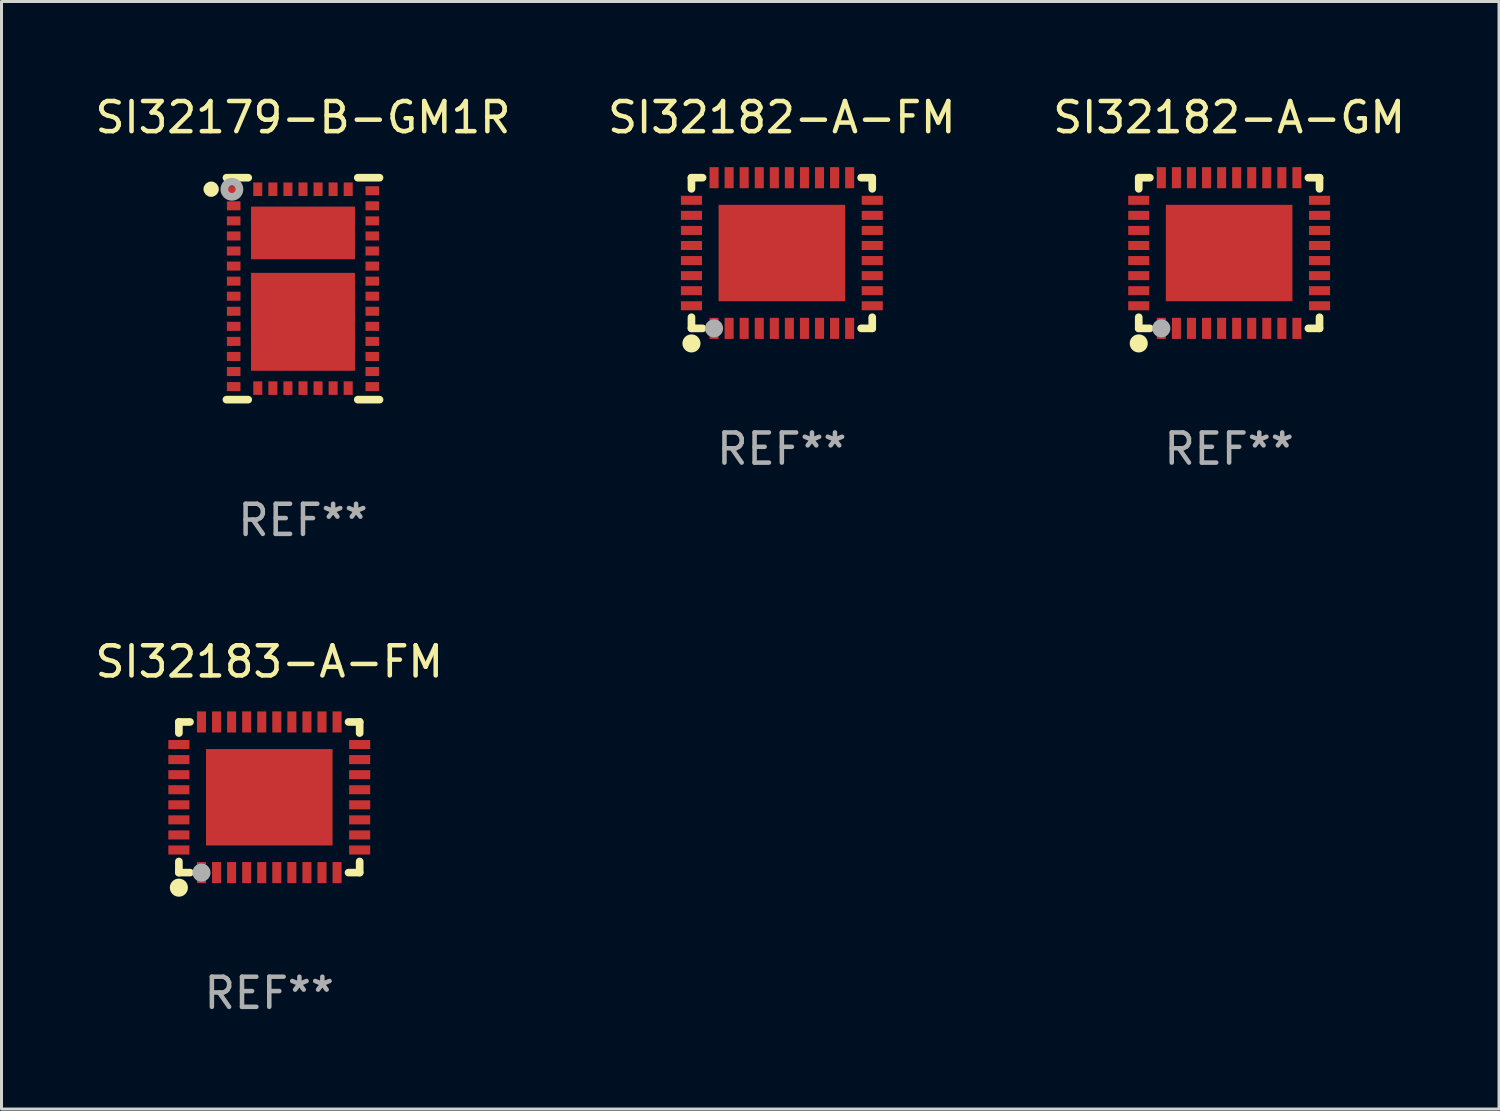
<source format=kicad_pcb>
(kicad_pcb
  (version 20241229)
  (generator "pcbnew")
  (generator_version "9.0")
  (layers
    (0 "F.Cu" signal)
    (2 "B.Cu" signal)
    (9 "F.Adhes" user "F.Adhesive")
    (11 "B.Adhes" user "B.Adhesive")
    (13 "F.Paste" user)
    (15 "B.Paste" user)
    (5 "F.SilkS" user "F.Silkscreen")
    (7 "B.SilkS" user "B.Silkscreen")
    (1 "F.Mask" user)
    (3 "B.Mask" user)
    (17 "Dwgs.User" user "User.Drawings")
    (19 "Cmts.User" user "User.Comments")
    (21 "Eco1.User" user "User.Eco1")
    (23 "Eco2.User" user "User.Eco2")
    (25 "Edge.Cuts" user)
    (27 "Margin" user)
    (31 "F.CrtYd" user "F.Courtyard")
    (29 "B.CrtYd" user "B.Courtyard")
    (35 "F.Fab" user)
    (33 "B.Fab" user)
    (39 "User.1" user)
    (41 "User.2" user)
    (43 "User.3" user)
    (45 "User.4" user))
  (footprint "SI32182-A-GM"
    (layer "F.Cu")
    (at 37.744 5.348)
    (property "Reference" "SI32182-A-GM" (at 0 -4.5 0) (layer "F.SilkS") (effects (font (size 1 1) (thickness 0.15))))
    (attr through_hole)
    (fp_line (start -3 -2.5) (end -3 -2.131) (stroke (width 0.254) (type solid)) (layer "F.SilkS"))
    (fp_line (start -3 -2.5) (end -2.631 -2.5) (stroke (width 0.254) (type solid)) (layer "F.SilkS"))
    (fp_line (start -3 2.131) (end -3 2.5) (stroke (width 0.254) (type solid)) (layer "F.SilkS"))
    (fp_line (start -3 2.5) (end -2.631 2.5) (stroke (width 0.254) (type solid)) (layer "F.SilkS"))
    (fp_line (start 2.631 -2.5) (end 3 -2.5) (stroke (width 0.254) (type solid)) (layer "F.SilkS"))
    (fp_line (start 2.631 2.5) (end 3 2.5) (stroke (width 0.254) (type solid)) (layer "F.SilkS"))
    (fp_line (start 3 -2.131) (end 3 -2.5) (stroke (width 0.254) (type solid)) (layer "F.SilkS"))
    (fp_line (start 3 2.5) (end 3 2.131) (stroke (width 0.254) (type solid)) (layer "F.SilkS"))
    (fp_circle (center -3 2.5) (end -2.97 2.5) (stroke (width 0.06) (type solid)) (fill no) (layer "F.SilkS"))
    (fp_circle (center -3 3) (end -2.85 3) (stroke (width 0.3) (type solid)) (fill no) (layer "F.SilkS"))
    (fp_circle (center -2.25 2.5) (end -2.1 2.5) (stroke (width 0.3) (type solid)) (fill no) (layer "F.Fab"))
    (fp_text user "REF**" (at 0 6.5 0) (layer "F.Fab") (effects (font (size 1 1) (thickness 0.15))))
    (pad "1" smd rect (at -2.25 2.5 180) (size 0.3 0.7) (layers "F.Cu" "F.Mask" "F.Paste"))
    (pad "2" smd rect (at -1.75 2.5 180) (size 0.3 0.7) (layers "F.Cu" "F.Mask" "F.Paste"))
    (pad "3" smd rect (at -1.25 2.5 180) (size 0.3 0.7) (layers "F.Cu" "F.Mask" "F.Paste"))
    (pad "4" smd rect (at -0.75 2.5 180) (size 0.3 0.7) (layers "F.Cu" "F.Mask" "F.Paste"))
    (pad "5" smd rect (at -0.25 2.5 180) (size 0.3 0.7) (layers "F.Cu" "F.Mask" "F.Paste"))
    (pad "6" smd rect (at 0.25 2.5 180) (size 0.3 0.7) (layers "F.Cu" "F.Mask" "F.Paste"))
    (pad "7" smd rect (at 0.75 2.5 180) (size 0.3 0.7) (layers "F.Cu" "F.Mask" "F.Paste"))
    (pad "8" smd rect (at 1.25 2.5 180) (size 0.3 0.7) (layers "F.Cu" "F.Mask" "F.Paste"))
    (pad "9" smd rect (at 1.75 2.5 180) (size 0.3 0.7) (layers "F.Cu" "F.Mask" "F.Paste"))
    (pad "10" smd rect (at 2.25 2.5 180) (size 0.3 0.7) (layers "F.Cu" "F.Mask" "F.Paste"))
    (pad "11" smd rect (at 3 1.75 270) (size 0.3 0.7) (layers "F.Cu" "F.Mask" "F.Paste"))
    (pad "12" smd rect (at 3 1.25 270) (size 0.3 0.7) (layers "F.Cu" "F.Mask" "F.Paste"))
    (pad "13" smd rect (at 3 0.75 270) (size 0.3 0.7) (layers "F.Cu" "F.Mask" "F.Paste"))
    (pad "14" smd rect (at 3 0.25 270) (size 0.3 0.7) (layers "F.Cu" "F.Mask" "F.Paste"))
    (pad "15" smd rect (at 3 -0.25 270) (size 0.3 0.7) (layers "F.Cu" "F.Mask" "F.Paste"))
    (pad "16" smd rect (at 3 -0.75 270) (size 0.3 0.7) (layers "F.Cu" "F.Mask" "F.Paste"))
    (pad "17" smd rect (at 3 -1.25 270) (size 0.3 0.7) (layers "F.Cu" "F.Mask" "F.Paste"))
    (pad "18" smd rect (at 3 -1.75 270) (size 0.3 0.7) (layers "F.Cu" "F.Mask" "F.Paste"))
    (pad "19" smd rect (at 2.25 -2.5) (size 0.3 0.7) (layers "F.Cu" "F.Mask" "F.Paste"))
    (pad "20" smd rect (at 1.75 -2.5) (size 0.3 0.7) (layers "F.Cu" "F.Mask" "F.Paste"))
    (pad "21" smd rect (at 1.25 -2.5) (size 0.3 0.7) (layers "F.Cu" "F.Mask" "F.Paste"))
    (pad "22" smd rect (at 0.75 -2.5) (size 0.3 0.7) (layers "F.Cu" "F.Mask" "F.Paste"))
    (pad "23" smd rect (at 0.25 -2.5) (size 0.3 0.7) (layers "F.Cu" "F.Mask" "F.Paste"))
    (pad "24" smd rect (at -0.25 -2.5) (size 0.3 0.7) (layers "F.Cu" "F.Mask" "F.Paste"))
    (pad "25" smd rect (at -0.75 -2.5) (size 0.3 0.7) (layers "F.Cu" "F.Mask" "F.Paste"))
    (pad "26" smd rect (at -1.25 -2.5) (size 0.3 0.7) (layers "F.Cu" "F.Mask" "F.Paste"))
    (pad "27" smd rect (at -1.75 -2.5) (size 0.3 0.7) (layers "F.Cu" "F.Mask" "F.Paste"))
    (pad "28" smd rect (at -2.25 -2.5) (size 0.3 0.7) (layers "F.Cu" "F.Mask" "F.Paste"))
    (pad "29" smd rect (at -3 -1.75 90) (size 0.3 0.7) (layers "F.Cu" "F.Mask" "F.Paste"))
    (pad "30" smd rect (at -3 -1.25 90) (size 0.3 0.7) (layers "F.Cu" "F.Mask" "F.Paste"))
    (pad "31" smd rect (at -3 -0.75 90) (size 0.3 0.7) (layers "F.Cu" "F.Mask" "F.Paste"))
    (pad "32" smd rect (at -3 -0.25 90) (size 0.3 0.7) (layers "F.Cu" "F.Mask" "F.Paste"))
    (pad "33" smd rect (at -3 0.25 90) (size 0.3 0.7) (layers "F.Cu" "F.Mask" "F.Paste"))
    (pad "34" smd rect (at -3 0.75 90) (size 0.3 0.7) (layers "F.Cu" "F.Mask" "F.Paste"))
    (pad "35" smd rect (at -3 1.25 90) (size 0.3 0.7) (layers "F.Cu" "F.Mask" "F.Paste"))
    (pad "36" smd rect (at -3 1.75 90) (size 0.3 0.7) (layers "F.Cu" "F.Mask" "F.Paste"))
    (pad "37" smd rect (at 0.000038 0.000089 90) (size 3.2 4.2) (layers "F.Cu" "F.Mask" "F.Paste")))
  (footprint "SI32183-A-FM"
    (layer "F.Cu")
    (at 5.887 23.411)
    (property "Reference" "SI32183-A-FM" (at 0 -4.5 0) (layer "F.SilkS") (effects (font (size 1 1) (thickness 0.15))))
    (attr through_hole)
    (fp_line (start -3 -2.5) (end -3 -2.131) (stroke (width 0.254) (type solid)) (layer "F.SilkS"))
    (fp_line (start -3 -2.5) (end -2.631 -2.5) (stroke (width 0.254) (type solid)) (layer "F.SilkS"))
    (fp_line (start -3 2.131) (end -3 2.5) (stroke (width 0.254) (type solid)) (layer "F.SilkS"))
    (fp_line (start -3 2.5) (end -2.631 2.5) (stroke (width 0.254) (type solid)) (layer "F.SilkS"))
    (fp_line (start 2.631 -2.5) (end 3 -2.5) (stroke (width 0.254) (type solid)) (layer "F.SilkS"))
    (fp_line (start 2.631 2.5) (end 3 2.5) (stroke (width 0.254) (type solid)) (layer "F.SilkS"))
    (fp_line (start 3 -2.131) (end 3 -2.5) (stroke (width 0.254) (type solid)) (layer "F.SilkS"))
    (fp_line (start 3 2.5) (end 3 2.131) (stroke (width 0.254) (type solid)) (layer "F.SilkS"))
    (fp_circle (center -3 2.5) (end -2.97 2.5) (stroke (width 0.06) (type solid)) (fill no) (layer "F.SilkS"))
    (fp_circle (center -3 3) (end -2.85 3) (stroke (width 0.3) (type solid)) (fill no) (layer "F.SilkS"))
    (fp_circle (center -2.25 2.5) (end -2.1 2.5) (stroke (width 0.3) (type solid)) (fill no) (layer "F.Fab"))
    (fp_text user "REF**" (at 0 6.5 0) (layer "F.Fab") (effects (font (size 1 1) (thickness 0.15))))
    (pad "1" smd rect (at -2.25 2.5 180) (size 0.3 0.7) (layers "F.Cu" "F.Mask" "F.Paste"))
    (pad "2" smd rect (at -1.75 2.5 180) (size 0.3 0.7) (layers "F.Cu" "F.Mask" "F.Paste"))
    (pad "3" smd rect (at -1.25 2.5 180) (size 0.3 0.7) (layers "F.Cu" "F.Mask" "F.Paste"))
    (pad "4" smd rect (at -0.75 2.5 180) (size 0.3 0.7) (layers "F.Cu" "F.Mask" "F.Paste"))
    (pad "5" smd rect (at -0.25 2.5 180) (size 0.3 0.7) (layers "F.Cu" "F.Mask" "F.Paste"))
    (pad "6" smd rect (at 0.25 2.5 180) (size 0.3 0.7) (layers "F.Cu" "F.Mask" "F.Paste"))
    (pad "7" smd rect (at 0.75 2.5 180) (size 0.3 0.7) (layers "F.Cu" "F.Mask" "F.Paste"))
    (pad "8" smd rect (at 1.25 2.5 180) (size 0.3 0.7) (layers "F.Cu" "F.Mask" "F.Paste"))
    (pad "9" smd rect (at 1.75 2.5 180) (size 0.3 0.7) (layers "F.Cu" "F.Mask" "F.Paste"))
    (pad "10" smd rect (at 2.25 2.5 180) (size 0.3 0.7) (layers "F.Cu" "F.Mask" "F.Paste"))
    (pad "11" smd rect (at 3 1.75 270) (size 0.3 0.7) (layers "F.Cu" "F.Mask" "F.Paste"))
    (pad "12" smd rect (at 3 1.25 270) (size 0.3 0.7) (layers "F.Cu" "F.Mask" "F.Paste"))
    (pad "13" smd rect (at 3 0.75 270) (size 0.3 0.7) (layers "F.Cu" "F.Mask" "F.Paste"))
    (pad "14" smd rect (at 3 0.25 270) (size 0.3 0.7) (layers "F.Cu" "F.Mask" "F.Paste"))
    (pad "15" smd rect (at 3 -0.25 270) (size 0.3 0.7) (layers "F.Cu" "F.Mask" "F.Paste"))
    (pad "16" smd rect (at 3 -0.75 270) (size 0.3 0.7) (layers "F.Cu" "F.Mask" "F.Paste"))
    (pad "17" smd rect (at 3 -1.25 270) (size 0.3 0.7) (layers "F.Cu" "F.Mask" "F.Paste"))
    (pad "18" smd rect (at 3 -1.75 270) (size 0.3 0.7) (layers "F.Cu" "F.Mask" "F.Paste"))
    (pad "19" smd rect (at 2.25 -2.5) (size 0.3 0.7) (layers "F.Cu" "F.Mask" "F.Paste"))
    (pad "20" smd rect (at 1.75 -2.5) (size 0.3 0.7) (layers "F.Cu" "F.Mask" "F.Paste"))
    (pad "21" smd rect (at 1.25 -2.5) (size 0.3 0.7) (layers "F.Cu" "F.Mask" "F.Paste"))
    (pad "22" smd rect (at 0.75 -2.5) (size 0.3 0.7) (layers "F.Cu" "F.Mask" "F.Paste"))
    (pad "23" smd rect (at 0.25 -2.5) (size 0.3 0.7) (layers "F.Cu" "F.Mask" "F.Paste"))
    (pad "24" smd rect (at -0.25 -2.5) (size 0.3 0.7) (layers "F.Cu" "F.Mask" "F.Paste"))
    (pad "25" smd rect (at -0.75 -2.5) (size 0.3 0.7) (layers "F.Cu" "F.Mask" "F.Paste"))
    (pad "26" smd rect (at -1.25 -2.5) (size 0.3 0.7) (layers "F.Cu" "F.Mask" "F.Paste"))
    (pad "27" smd rect (at -1.75 -2.5) (size 0.3 0.7) (layers "F.Cu" "F.Mask" "F.Paste"))
    (pad "28" smd rect (at -2.25 -2.5) (size 0.3 0.7) (layers "F.Cu" "F.Mask" "F.Paste"))
    (pad "29" smd rect (at -3 -1.75 90) (size 0.3 0.7) (layers "F.Cu" "F.Mask" "F.Paste"))
    (pad "30" smd rect (at -3 -1.25 90) (size 0.3 0.7) (layers "F.Cu" "F.Mask" "F.Paste"))
    (pad "31" smd rect (at -3 -0.75 90) (size 0.3 0.7) (layers "F.Cu" "F.Mask" "F.Paste"))
    (pad "32" smd rect (at -3 -0.25 90) (size 0.3 0.7) (layers "F.Cu" "F.Mask" "F.Paste"))
    (pad "33" smd rect (at -3 0.25 90) (size 0.3 0.7) (layers "F.Cu" "F.Mask" "F.Paste"))
    (pad "34" smd rect (at -3 0.75 90) (size 0.3 0.7) (layers "F.Cu" "F.Mask" "F.Paste"))
    (pad "35" smd rect (at -3 1.25 90) (size 0.3 0.7) (layers "F.Cu" "F.Mask" "F.Paste"))
    (pad "36" smd rect (at -3 1.75 90) (size 0.3 0.7) (layers "F.Cu" "F.Mask" "F.Paste"))
    (pad "37" smd rect (at 0.000038 0.000089 90) (size 3.2 4.2) (layers "F.Cu" "F.Mask" "F.Paste")))
  (footprint "SI32182-A-FM"
    (layer "F.Cu")
    (at 22.899 5.348)
    (property "Reference" "SI32182-A-FM" (at 0 -4.5 0) (layer "F.SilkS") (effects (font (size 1 1) (thickness 0.15))))
    (attr through_hole)
    (fp_line (start -3 -2.5) (end -3 -2.131) (stroke (width 0.254) (type solid)) (layer "F.SilkS"))
    (fp_line (start -3 -2.5) (end -2.631 -2.5) (stroke (width 0.254) (type solid)) (layer "F.SilkS"))
    (fp_line (start -3 2.131) (end -3 2.5) (stroke (width 0.254) (type solid)) (layer "F.SilkS"))
    (fp_line (start -3 2.5) (end -2.631 2.5) (stroke (width 0.254) (type solid)) (layer "F.SilkS"))
    (fp_line (start 2.631 -2.5) (end 3 -2.5) (stroke (width 0.254) (type solid)) (layer "F.SilkS"))
    (fp_line (start 2.631 2.5) (end 3 2.5) (stroke (width 0.254) (type solid)) (layer "F.SilkS"))
    (fp_line (start 3 -2.131) (end 3 -2.5) (stroke (width 0.254) (type solid)) (layer "F.SilkS"))
    (fp_line (start 3 2.5) (end 3 2.131) (stroke (width 0.254) (type solid)) (layer "F.SilkS"))
    (fp_circle (center -3 2.5) (end -2.97 2.5) (stroke (width 0.06) (type solid)) (fill no) (layer "F.SilkS"))
    (fp_circle (center -3 3) (end -2.85 3) (stroke (width 0.3) (type solid)) (fill no) (layer "F.SilkS"))
    (fp_circle (center -2.25 2.5) (end -2.1 2.5) (stroke (width 0.3) (type solid)) (fill no) (layer "F.Fab"))
    (fp_text user "REF**" (at 0 6.5 0) (layer "F.Fab") (effects (font (size 1 1) (thickness 0.15))))
    (pad "1" smd rect (at -2.25 2.5 180) (size 0.3 0.7) (layers "F.Cu" "F.Mask" "F.Paste"))
    (pad "2" smd rect (at -1.75 2.5 180) (size 0.3 0.7) (layers "F.Cu" "F.Mask" "F.Paste"))
    (pad "3" smd rect (at -1.25 2.5 180) (size 0.3 0.7) (layers "F.Cu" "F.Mask" "F.Paste"))
    (pad "4" smd rect (at -0.75 2.5 180) (size 0.3 0.7) (layers "F.Cu" "F.Mask" "F.Paste"))
    (pad "5" smd rect (at -0.25 2.5 180) (size 0.3 0.7) (layers "F.Cu" "F.Mask" "F.Paste"))
    (pad "6" smd rect (at 0.25 2.5 180) (size 0.3 0.7) (layers "F.Cu" "F.Mask" "F.Paste"))
    (pad "7" smd rect (at 0.75 2.5 180) (size 0.3 0.7) (layers "F.Cu" "F.Mask" "F.Paste"))
    (pad "8" smd rect (at 1.25 2.5 180) (size 0.3 0.7) (layers "F.Cu" "F.Mask" "F.Paste"))
    (pad "9" smd rect (at 1.75 2.5 180) (size 0.3 0.7) (layers "F.Cu" "F.Mask" "F.Paste"))
    (pad "10" smd rect (at 2.25 2.5 180) (size 0.3 0.7) (layers "F.Cu" "F.Mask" "F.Paste"))
    (pad "11" smd rect (at 3 1.75 270) (size 0.3 0.7) (layers "F.Cu" "F.Mask" "F.Paste"))
    (pad "12" smd rect (at 3 1.25 270) (size 0.3 0.7) (layers "F.Cu" "F.Mask" "F.Paste"))
    (pad "13" smd rect (at 3 0.75 270) (size 0.3 0.7) (layers "F.Cu" "F.Mask" "F.Paste"))
    (pad "14" smd rect (at 3 0.25 270) (size 0.3 0.7) (layers "F.Cu" "F.Mask" "F.Paste"))
    (pad "15" smd rect (at 3 -0.25 270) (size 0.3 0.7) (layers "F.Cu" "F.Mask" "F.Paste"))
    (pad "16" smd rect (at 3 -0.75 270) (size 0.3 0.7) (layers "F.Cu" "F.Mask" "F.Paste"))
    (pad "17" smd rect (at 3 -1.25 270) (size 0.3 0.7) (layers "F.Cu" "F.Mask" "F.Paste"))
    (pad "18" smd rect (at 3 -1.75 270) (size 0.3 0.7) (layers "F.Cu" "F.Mask" "F.Paste"))
    (pad "19" smd rect (at 2.25 -2.5) (size 0.3 0.7) (layers "F.Cu" "F.Mask" "F.Paste"))
    (pad "20" smd rect (at 1.75 -2.5) (size 0.3 0.7) (layers "F.Cu" "F.Mask" "F.Paste"))
    (pad "21" smd rect (at 1.25 -2.5) (size 0.3 0.7) (layers "F.Cu" "F.Mask" "F.Paste"))
    (pad "22" smd rect (at 0.75 -2.5) (size 0.3 0.7) (layers "F.Cu" "F.Mask" "F.Paste"))
    (pad "23" smd rect (at 0.25 -2.5) (size 0.3 0.7) (layers "F.Cu" "F.Mask" "F.Paste"))
    (pad "24" smd rect (at -0.25 -2.5) (size 0.3 0.7) (layers "F.Cu" "F.Mask" "F.Paste"))
    (pad "25" smd rect (at -0.75 -2.5) (size 0.3 0.7) (layers "F.Cu" "F.Mask" "F.Paste"))
    (pad "26" smd rect (at -1.25 -2.5) (size 0.3 0.7) (layers "F.Cu" "F.Mask" "F.Paste"))
    (pad "27" smd rect (at -1.75 -2.5) (size 0.3 0.7) (layers "F.Cu" "F.Mask" "F.Paste"))
    (pad "28" smd rect (at -2.25 -2.5) (size 0.3 0.7) (layers "F.Cu" "F.Mask" "F.Paste"))
    (pad "29" smd rect (at -3 -1.75 90) (size 0.3 0.7) (layers "F.Cu" "F.Mask" "F.Paste"))
    (pad "30" smd rect (at -3 -1.25 90) (size 0.3 0.7) (layers "F.Cu" "F.Mask" "F.Paste"))
    (pad "31" smd rect (at -3 -0.75 90) (size 0.3 0.7) (layers "F.Cu" "F.Mask" "F.Paste"))
    (pad "32" smd rect (at -3 -0.25 90) (size 0.3 0.7) (layers "F.Cu" "F.Mask" "F.Paste"))
    (pad "33" smd rect (at -3 0.25 90) (size 0.3 0.7) (layers "F.Cu" "F.Mask" "F.Paste"))
    (pad "34" smd rect (at -3 0.75 90) (size 0.3 0.7) (layers "F.Cu" "F.Mask" "F.Paste"))
    (pad "35" smd rect (at -3 1.25 90) (size 0.3 0.7) (layers "F.Cu" "F.Mask" "F.Paste"))
    (pad "36" smd rect (at -3 1.75 90) (size 0.3 0.7) (layers "F.Cu" "F.Mask" "F.Paste"))
    (pad "37" smd rect (at 0.000038 0.000089 90) (size 3.2 4.2) (layers "F.Cu" "F.Mask" "F.Paste")))
  (footprint "SI32179-B-GM1R"
    (layer "F.Cu")
    (at 7.006 6.531)
    (property "Reference" "SI32179-B-GM1R" (at 0 -5.683 0) (layer "F.SilkS") (effects (font (size 1 1) (thickness 0.15))))
    (attr through_hole)
    (fp_line (start -1.818 -3.683) (end -2.54 -3.683) (stroke (width 0.254) (type solid)) (layer "F.SilkS"))
    (fp_line (start -1.818 3.683) (end -2.54 3.683) (stroke (width 0.254) (type solid)) (layer "F.SilkS"))
    (fp_line (start 1.818 -3.683) (end 2.54 -3.683) (stroke (width 0.254) (type solid)) (layer "F.SilkS"))
    (fp_line (start 1.818 3.683) (end 2.54 3.683) (stroke (width 0.254) (type solid)) (layer "F.SilkS"))
    (fp_circle (center -3.048 -3.302) (end -2.921 -3.302) (stroke (width 0.254) (type solid)) (fill no) (layer "F.SilkS"))
    (fp_circle (center -2.5 -3.5) (end -2.47 -3.5) (stroke (width 0.06) (type solid)) (fill no) (layer "F.SilkS"))
    (fp_circle (center -2.359 -3.299) (end -2.234 -3.299) (stroke (width 0.254) (type solid)) (fill no) (layer "F.Fab"))
    (fp_text user "REF**" (at 0 7.683 0) (layer "F.Fab") (effects (font (size 1 1) (thickness 0.15))))
    (pad "1" smd rect (at -2.3 -3.25) (size 0.45 0.3) (layers "F.Cu" "F.Mask" "F.Paste"))
    (pad "2" smd rect (at -2.3 -2.75) (size 0.45 0.3) (layers "F.Cu" "F.Mask" "F.Paste"))
    (pad "3" smd rect (at -2.3 -2.25) (size 0.45 0.3) (layers "F.Cu" "F.Mask" "F.Paste"))
    (pad "4" smd rect (at -2.3 -1.75) (size 0.45 0.3) (layers "F.Cu" "F.Mask" "F.Paste"))
    (pad "5" smd rect (at -2.3 -1.25) (size 0.45 0.3) (layers "F.Cu" "F.Mask" "F.Paste"))
    (pad "6" smd rect (at -2.3 -0.75) (size 0.45 0.3) (layers "F.Cu" "F.Mask" "F.Paste"))
    (pad "7" smd rect (at -2.3 -0.25) (size 0.45 0.3) (layers "F.Cu" "F.Mask" "F.Paste"))
    (pad "8" smd rect (at -2.3 0.25) (size 0.45 0.3) (layers "F.Cu" "F.Mask" "F.Paste"))
    (pad "9" smd rect (at -2.3 0.75) (size 0.45 0.3) (layers "F.Cu" "F.Mask" "F.Paste"))
    (pad "10" smd rect (at -2.3 1.25) (size 0.45 0.3) (layers "F.Cu" "F.Mask" "F.Paste"))
    (pad "11" smd rect (at -2.3 1.75) (size 0.45 0.3) (layers "F.Cu" "F.Mask" "F.Paste"))
    (pad "12" smd rect (at -2.3 2.25) (size 0.45 0.3) (layers "F.Cu" "F.Mask" "F.Paste"))
    (pad "13" smd rect (at -2.3 2.75) (size 0.45 0.3) (layers "F.Cu" "F.Mask" "F.Paste"))
    (pad "14" smd rect (at -2.3 3.25) (size 0.45 0.3) (layers "F.Cu" "F.Mask" "F.Paste"))
    (pad "15" smd rect (at -1.5 3.3 90) (size 0.45 0.3) (layers "F.Cu" "F.Mask" "F.Paste"))
    (pad "16" smd rect (at -1 3.3 90) (size 0.45 0.3) (layers "F.Cu" "F.Mask" "F.Paste"))
    (pad "17" smd rect (at -0.5 3.3 90) (size 0.45 0.3) (layers "F.Cu" "F.Mask" "F.Paste"))
    (pad "18" smd rect (at 0 3.3 90) (size 0.45 0.3) (layers "F.Cu" "F.Mask" "F.Paste"))
    (pad "19" smd rect (at 0.5 3.3 90) (size 0.45 0.3) (layers "F.Cu" "F.Mask" "F.Paste"))
    (pad "20" smd rect (at 1 3.3 90) (size 0.45 0.3) (layers "F.Cu" "F.Mask" "F.Paste"))
    (pad "21" smd rect (at 1.5 3.3 90) (size 0.45 0.3) (layers "F.Cu" "F.Mask" "F.Paste"))
    (pad "22" smd rect (at 2.3 3.25 180) (size 0.45 0.3) (layers "F.Cu" "F.Mask" "F.Paste"))
    (pad "23" smd rect (at 2.3 2.75 180) (size 0.45 0.3) (layers "F.Cu" "F.Mask" "F.Paste"))
    (pad "24" smd rect (at 2.3 2.25 180) (size 0.45 0.3) (layers "F.Cu" "F.Mask" "F.Paste"))
    (pad "25" smd rect (at 2.3 1.75 180) (size 0.45 0.3) (layers "F.Cu" "F.Mask" "F.Paste"))
    (pad "26" smd rect (at 2.3 1.25 180) (size 0.45 0.3) (layers "F.Cu" "F.Mask" "F.Paste"))
    (pad "27" smd rect (at 2.3 0.75 180) (size 0.45 0.3) (layers "F.Cu" "F.Mask" "F.Paste"))
    (pad "28" smd rect (at 2.3 0.25 180) (size 0.45 0.3) (layers "F.Cu" "F.Mask" "F.Paste"))
    (pad "29" smd rect (at 2.3 -0.25 180) (size 0.45 0.3) (layers "F.Cu" "F.Mask" "F.Paste"))
    (pad "30" smd rect (at 2.3 -0.75 180) (size 0.45 0.3) (layers "F.Cu" "F.Mask" "F.Paste"))
    (pad "31" smd rect (at 2.3 -1.25 180) (size 0.45 0.3) (layers "F.Cu" "F.Mask" "F.Paste"))
    (pad "32" smd rect (at 2.3 -1.75 180) (size 0.45 0.3) (layers "F.Cu" "F.Mask" "F.Paste"))
    (pad "33" smd rect (at 2.3 -2.25 180) (size 0.45 0.3) (layers "F.Cu" "F.Mask" "F.Paste"))
    (pad "34" smd rect (at 2.3 -2.75 180) (size 0.45 0.3) (layers "F.Cu" "F.Mask" "F.Paste"))
    (pad "35" smd rect (at 2.3 -3.25 180) (size 0.45 0.3) (layers "F.Cu" "F.Mask" "F.Paste"))
    (pad "36" smd rect (at 1.5 -3.3 270) (size 0.45 0.3) (layers "F.Cu" "F.Mask" "F.Paste"))
    (pad "37" smd rect (at 1 -3.3 270) (size 0.45 0.3) (layers "F.Cu" "F.Mask" "F.Paste"))
    (pad "38" smd rect (at 0.5 -3.3 270) (size 0.45 0.3) (layers "F.Cu" "F.Mask" "F.Paste"))
    (pad "39" smd rect (at 0 -3.3 270) (size 0.45 0.3) (layers "F.Cu" "F.Mask" "F.Paste"))
    (pad "40" smd rect (at -0.5 -3.3 270) (size 0.45 0.3) (layers "F.Cu" "F.Mask" "F.Paste"))
    (pad "41" smd rect (at -1 -3.3 270) (size 0.45 0.3) (layers "F.Cu" "F.Mask" "F.Paste"))
    (pad "42" smd rect (at -1.5 -3.3 270) (size 0.45 0.3) (layers "F.Cu" "F.Mask" "F.Paste"))
    (pad "43" smd rect (at 0 1.1 270) (size 3.25 3.45) (layers "F.Cu" "F.Mask" "F.Paste"))
    (pad "44" smd rect (at 0 -1.85 270) (size 1.75 3.45) (layers "F.Cu" "F.Mask" "F.Paste")))
  (gr_rect
    (start -3 -3)
    (end 46.702 33.759)
    (stroke (width 0.1) (type default))
    (fill no)
    (layer "Edge.Cuts")))
</source>
